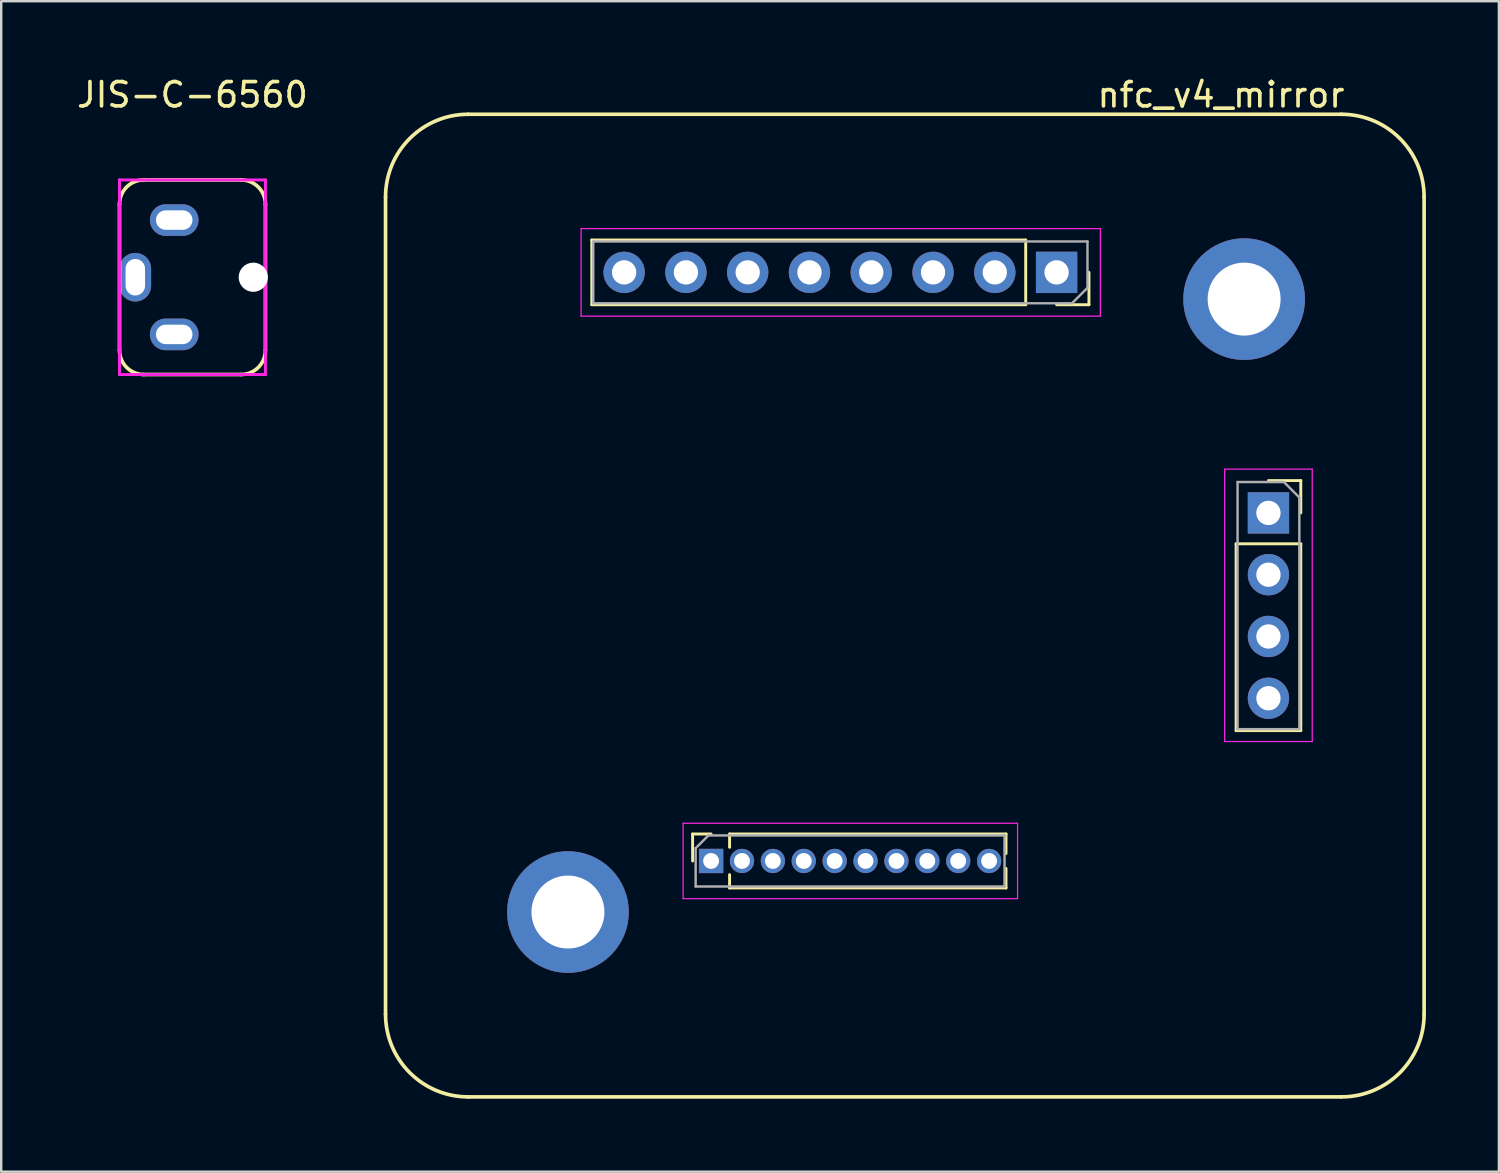
<source format=kicad_pcb>
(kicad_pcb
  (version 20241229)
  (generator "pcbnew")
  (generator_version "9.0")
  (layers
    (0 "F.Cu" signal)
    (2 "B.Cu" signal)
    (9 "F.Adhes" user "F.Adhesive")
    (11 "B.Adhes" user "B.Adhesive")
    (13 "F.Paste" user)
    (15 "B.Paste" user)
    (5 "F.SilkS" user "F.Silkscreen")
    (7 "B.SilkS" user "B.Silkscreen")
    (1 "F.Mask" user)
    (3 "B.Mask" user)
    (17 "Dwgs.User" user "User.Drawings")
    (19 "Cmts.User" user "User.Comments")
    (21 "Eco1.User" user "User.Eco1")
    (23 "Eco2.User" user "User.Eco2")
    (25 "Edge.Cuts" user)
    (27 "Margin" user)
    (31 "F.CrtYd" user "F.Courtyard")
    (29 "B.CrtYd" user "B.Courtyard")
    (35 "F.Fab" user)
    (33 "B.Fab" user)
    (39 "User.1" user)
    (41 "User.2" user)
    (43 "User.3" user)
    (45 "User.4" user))
  (footprint "JIS-C-6560"
    (layer "F.Cu")
    (at 4.863 8.348)
    (property "Reference" "JIS-C-6560" (at 0 -7.5 0) (layer "F.SilkS") (effects (font (size 1 1) (thickness 0.15))))
    (attr through_hole)
    (fp_line (start -3 3) (end -3 -3) (stroke (width 0.15) (type solid)) (layer "F.SilkS"))
    (fp_line (start -2 -4) (end 2 -4) (stroke (width 0.15) (type solid)) (layer "F.SilkS"))
    (fp_line (start 2 4) (end -2 4) (stroke (width 0.15) (type solid)) (layer "F.SilkS"))
    (fp_line (start 3 -3) (end 3 3) (stroke (width 0.15) (type solid)) (layer "F.SilkS"))
    (fp_arc (start -3 -3) (mid -2.707107 -3.707107) (end -2 -4) (stroke (width 0.15) (type solid)) (layer "F.SilkS"))
    (fp_arc (start -2 4) (mid -2.707107 3.707107) (end -3 3) (stroke (width 0.15) (type solid)) (layer "F.SilkS"))
    (fp_arc (start 2 -4) (mid 2.707107 -3.707107) (end 3 -3) (stroke (width 0.15) (type solid)) (layer "F.SilkS"))
    (fp_arc (start 3 3) (mid 2.707107 3.707107) (end 2 4) (stroke (width 0.15) (type solid)) (layer "F.SilkS"))
    (fp_line (start -3 -4) (end 3 -4) (stroke (width 0.12) (type solid)) (layer "F.CrtYd"))
    (fp_line (start -3 4) (end -3 -4) (stroke (width 0.12) (type solid)) (layer "F.CrtYd"))
    (fp_line (start 3 -4) (end 3 4) (stroke (width 0.12) (type solid)) (layer "F.CrtYd"))
    (fp_line (start 3 4) (end -3 4) (stroke (width 0.12) (type solid)) (layer "F.CrtYd"))
    (pad "" np_thru_hole circle (at 2.5 0 270) (size 1.2 1.2) (drill 1.2) (layers "*.Cu" "*.Mask"))
    (pad "R" thru_hole oval (at -0.75 2.35) (size 2 1.3) (drill oval 1.5 0.8) (layers "*.Cu" "*.Mask"))
    (pad "S" thru_hole oval (at -0.75 -2.35) (size 2 1.3) (drill oval 1.5 0.8) (layers "*.Cu" "*.Mask"))
    (pad "T" thru_hole oval (at -2.35 0 270) (size 2 1.3) (drill oval 1.5 0.8) (layers "*.Cu" "*.Mask")))
  (footprint "nfc_v4_mirror"
    (layer "F.Cu")
    (at 34.151 21.848)
    (property "Reference" "nfc_v4_mirror" (at 13 -21 0) (layer "F.SilkS") (effects (font (size 1 1) (thickness 0.15))))
    (attr through_hole)
    (fp_line (start -21.35 16.8) (end -21.35 -16.8) (stroke (width 0.15) (type solid)) (layer "F.SilkS"))
    (fp_line (start -17.95 -20.2) (end 17.95 -20.2) (stroke (width 0.15) (type solid)) (layer "F.SilkS"))
    (fp_line (start -12.87 -12.37) (end -12.87 -15.03) (stroke (width 0.12) (type solid)) (layer "F.SilkS"))
    (fp_line (start -8.725 9.39) (end -8.725 10.5) (stroke (width 0.12) (type solid)) (layer "F.SilkS"))
    (fp_line (start -7.965 9.39) (end -8.725 9.39) (stroke (width 0.12) (type solid)) (layer "F.SilkS"))
    (fp_line (start -7.205 9.39) (end -7.205 9.937) (stroke (width 0.12) (type solid)) (layer "F.SilkS"))
    (fp_line (start -7.205 9.39) (end 4.16 9.39) (stroke (width 0.12) (type solid)) (layer "F.SilkS"))
    (fp_line (start -7.205 11.063) (end -7.205 11.61) (stroke (width 0.12) (type solid)) (layer "F.SilkS"))
    (fp_line (start -7.205 11.61) (end 4.16 11.61) (stroke (width 0.12) (type solid)) (layer "F.SilkS"))
    (fp_line (start 4.16 9.39) (end 4.16 10.192) (stroke (width 0.12) (type solid)) (layer "F.SilkS"))
    (fp_line (start 4.16 10.808) (end 4.16 11.61) (stroke (width 0.12) (type solid)) (layer "F.SilkS"))
    (fp_line (start 4.97 -15.03) (end -12.87 -15.03) (stroke (width 0.12) (type solid)) (layer "F.SilkS"))
    (fp_line (start 4.97 -12.37) (end -12.87 -12.37) (stroke (width 0.12) (type solid)) (layer "F.SilkS"))
    (fp_line (start 4.97 -12.37) (end 4.97 -15.03) (stroke (width 0.12) (type solid)) (layer "F.SilkS"))
    (fp_line (start 6.24 -12.37) (end 7.57 -12.37) (stroke (width 0.12) (type solid)) (layer "F.SilkS"))
    (fp_line (start 7.57 -12.37) (end 7.57 -13.7) (stroke (width 0.12) (type solid)) (layer "F.SilkS"))
    (fp_line (start 13.62 -2.54) (end 13.62 5.14) (stroke (width 0.12) (type solid)) (layer "F.SilkS"))
    (fp_line (start 16.28 -5.14) (end 14.95 -5.14) (stroke (width 0.12) (type solid)) (layer "F.SilkS"))
    (fp_line (start 16.28 -3.81) (end 16.28 -5.14) (stroke (width 0.12) (type solid)) (layer "F.SilkS"))
    (fp_line (start 16.28 -2.54) (end 13.62 -2.54) (stroke (width 0.12) (type solid)) (layer "F.SilkS"))
    (fp_line (start 16.28 -2.54) (end 16.28 5.14) (stroke (width 0.12) (type solid)) (layer "F.SilkS"))
    (fp_line (start 16.28 5.14) (end 13.62 5.14) (stroke (width 0.12) (type solid)) (layer "F.SilkS"))
    (fp_line (start 17.95 20.2) (end -17.95 20.2) (stroke (width 0.15) (type solid)) (layer "F.SilkS"))
    (fp_line (start 21.35 -16.8) (end 21.35 16.8) (stroke (width 0.15) (type solid)) (layer "F.SilkS"))
    (fp_arc (start -21.35 -16.8) (mid -20.354163 -19.204163) (end -17.95 -20.2) (stroke (width 0.15) (type solid)) (layer "F.SilkS"))
    (fp_arc (start -17.95 20.2) (mid -20.354163 19.204163) (end -21.35 16.8) (stroke (width 0.15) (type solid)) (layer "F.SilkS"))
    (fp_arc (start 17.95 -20.2) (mid 20.354163 -19.204163) (end 21.35 -16.8) (stroke (width 0.15) (type solid)) (layer "F.SilkS"))
    (fp_arc (start 21.35 16.8) (mid 20.354163 19.204163) (end 17.95 20.2) (stroke (width 0.15) (type solid)) (layer "F.SilkS"))
    (fp_line (start -13.31 -15.5) (end 8.04 -15.5) (stroke (width 0.05) (type solid)) (layer "F.CrtYd"))
    (fp_line (start -13.31 -11.9) (end -13.31 -15.5) (stroke (width 0.05) (type solid)) (layer "F.CrtYd"))
    (fp_line (start -9.115 8.95) (end 4.635 8.95) (stroke (width 0.05) (type solid)) (layer "F.CrtYd"))
    (fp_line (start -9.115 12.05) (end -9.115 8.95) (stroke (width 0.05) (type solid)) (layer "F.CrtYd"))
    (fp_line (start 4.635 8.95) (end 4.635 12.05) (stroke (width 0.05) (type solid)) (layer "F.CrtYd"))
    (fp_line (start 4.635 12.05) (end -9.115 12.05) (stroke (width 0.05) (type solid)) (layer "F.CrtYd"))
    (fp_line (start 8.04 -15.5) (end 8.04 -11.9) (stroke (width 0.05) (type solid)) (layer "F.CrtYd"))
    (fp_line (start 8.04 -11.9) (end -13.31 -11.9) (stroke (width 0.05) (type solid)) (layer "F.CrtYd"))
    (fp_line (start 13.15 -5.61) (end 16.75 -5.61) (stroke (width 0.05) (type solid)) (layer "F.CrtYd"))
    (fp_line (start 13.15 5.59) (end 13.15 -5.61) (stroke (width 0.05) (type solid)) (layer "F.CrtYd"))
    (fp_line (start 16.75 -5.61) (end 16.75 5.59) (stroke (width 0.05) (type solid)) (layer "F.CrtYd"))
    (fp_line (start 16.75 5.59) (end 13.15 5.59) (stroke (width 0.05) (type solid)) (layer "F.CrtYd"))
    (fp_line (start -12.81 -14.97) (end -12.81 -12.43) (stroke (width 0.1) (type solid)) (layer "F.Fab"))
    (fp_line (start -12.81 -12.43) (end 6.875 -12.43) (stroke (width 0.1) (type solid)) (layer "F.Fab"))
    (fp_line (start -8.6 9.975) (end -8.6 11.55) (stroke (width 0.1) (type solid)) (layer "F.Fab"))
    (fp_line (start -8.6 11.55) (end 4.1 11.55) (stroke (width 0.1) (type solid)) (layer "F.Fab"))
    (fp_line (start -8.075 9.45) (end -8.6 9.975) (stroke (width 0.1) (type solid)) (layer "F.Fab"))
    (fp_line (start 4.1 9.45) (end -8.075 9.45) (stroke (width 0.1) (type solid)) (layer "F.Fab"))
    (fp_line (start 4.1 11.55) (end 4.1 9.45) (stroke (width 0.1) (type solid)) (layer "F.Fab"))
    (fp_line (start 6.875 -12.43) (end 7.51 -13.065) (stroke (width 0.1) (type solid)) (layer "F.Fab"))
    (fp_line (start 7.51 -14.97) (end -12.81 -14.97) (stroke (width 0.1) (type solid)) (layer "F.Fab"))
    (fp_line (start 7.51 -13.065) (end 7.51 -14.97) (stroke (width 0.1) (type solid)) (layer "F.Fab"))
    (fp_line (start 13.68 -5.08) (end 13.68 5.08) (stroke (width 0.1) (type solid)) (layer "F.Fab"))
    (fp_line (start 13.68 5.08) (end 16.22 5.08) (stroke (width 0.1) (type solid)) (layer "F.Fab"))
    (fp_line (start 15.585 -5.08) (end 13.68 -5.08) (stroke (width 0.1) (type solid)) (layer "F.Fab"))
    (fp_line (start 16.22 -4.445) (end 15.585 -5.08) (stroke (width 0.1) (type solid)) (layer "F.Fab"))
    (fp_line (start 16.22 5.08) (end 16.22 -4.445) (stroke (width 0.1) (type solid)) (layer "F.Fab"))
    (pad "1" thru_hole rect (at 6.24 -13.7 270) (size 1.7 1.7) (drill 1) (layers "*.Cu" "*.Mask"))
    (pad "2" thru_hole oval (at 3.7 -13.7 270) (size 1.7 1.7) (drill 1) (layers "*.Cu" "*.Mask"))
    (pad "3" thru_hole oval (at 1.16 -13.7 270) (size 1.7 1.7) (drill 1) (layers "*.Cu" "*.Mask"))
    (pad "4" thru_hole oval (at -1.38 -13.7 270) (size 1.7 1.7) (drill 1) (layers "*.Cu" "*.Mask"))
    (pad "5" thru_hole oval (at -3.92 -13.7 270) (size 1.7 1.7) (drill 1) (layers "*.Cu" "*.Mask"))
    (pad "6" thru_hole oval (at -6.46 -13.7 270) (size 1.7 1.7) (drill 1) (layers "*.Cu" "*.Mask"))
    (pad "7" thru_hole oval (at -9 -13.7 270) (size 1.7 1.7) (drill 1) (layers "*.Cu" "*.Mask"))
    (pad "8" thru_hole oval (at -11.54 -13.7 270) (size 1.7 1.7) (drill 1) (layers "*.Cu" "*.Mask"))
    (pad "9" thru_hole rect (at 14.95 -3.81) (size 1.7 1.7) (drill 1) (layers "*.Cu" "*.Mask"))
    (pad "10" thru_hole oval (at 14.95 -1.27) (size 1.7 1.7) (drill 1) (layers "*.Cu" "*.Mask"))
    (pad "11" thru_hole oval (at 14.95 1.27) (size 1.7 1.7) (drill 1) (layers "*.Cu" "*.Mask"))
    (pad "12" thru_hole oval (at 14.95 3.81) (size 1.7 1.7) (drill 1) (layers "*.Cu" "*.Mask"))
    (pad "13" thru_hole rect (at -7.965 10.5 90) (size 1 1) (drill 0.65) (layers "*.Cu" "*.Mask"))
    (pad "14" thru_hole oval (at -6.695 10.5 90) (size 1 1) (drill 0.65) (layers "*.Cu" "*.Mask"))
    (pad "15" thru_hole oval (at -5.425 10.5 90) (size 1 1) (drill 0.65) (layers "*.Cu" "*.Mask"))
    (pad "16" thru_hole oval (at -4.155 10.5 90) (size 1 1) (drill 0.65) (layers "*.Cu" "*.Mask"))
    (pad "17" thru_hole oval (at -2.885 10.5 90) (size 1 1) (drill 0.65) (layers "*.Cu" "*.Mask"))
    (pad "18" thru_hole oval (at -1.615 10.5 90) (size 1 1) (drill 0.65) (layers "*.Cu" "*.Mask"))
    (pad "19" thru_hole oval (at -0.345 10.5 90) (size 1 1) (drill 0.65) (layers "*.Cu" "*.Mask"))
    (pad "20" thru_hole oval (at 0.925 10.5 90) (size 1 1) (drill 0.65) (layers "*.Cu" "*.Mask"))
    (pad "21" thru_hole oval (at 2.195 10.5 90) (size 1 1) (drill 0.65) (layers "*.Cu" "*.Mask"))
    (pad "22" thru_hole oval (at 3.465 10.5 90) (size 1 1) (drill 0.65) (layers "*.Cu" "*.Mask"))
    (pad "~" thru_hole circle (at -13.85 12.6) (size 5 5) (drill 3) (layers "*.Cu" "*.Mask"))
    (pad "~" thru_hole circle (at 13.95 -12.6) (size 5 5) (drill 3) (layers "*.Cu" "*.Mask")))
  (gr_rect
    (start -3 -3)
    (end 58.576 45.123)
    (stroke (width 0.1) (type default))
    (fill no)
    (layer "Edge.Cuts")))
</source>
